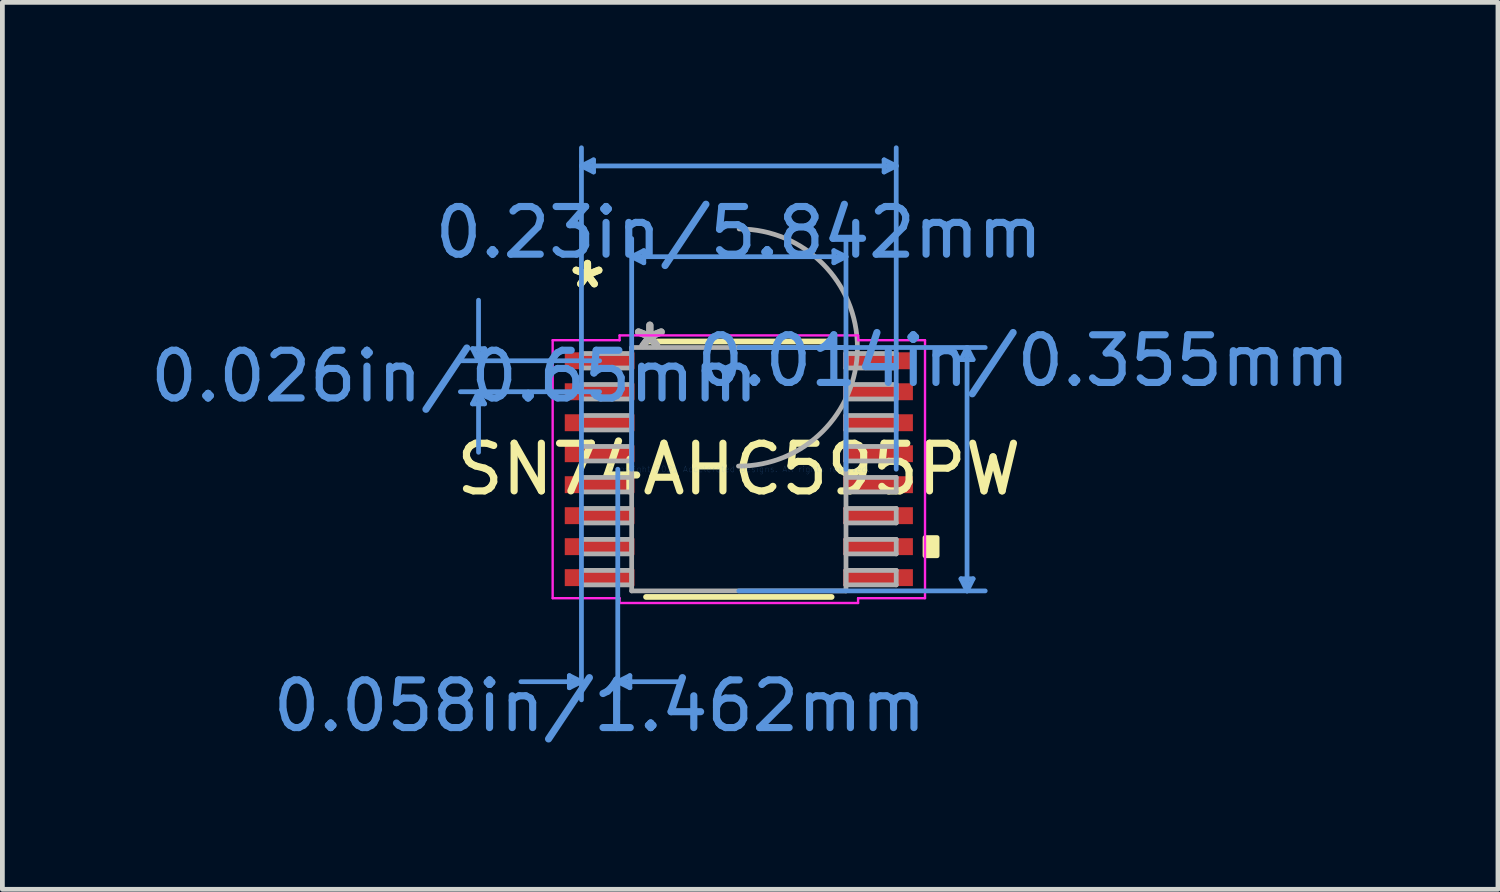
<source format=kicad_pcb>
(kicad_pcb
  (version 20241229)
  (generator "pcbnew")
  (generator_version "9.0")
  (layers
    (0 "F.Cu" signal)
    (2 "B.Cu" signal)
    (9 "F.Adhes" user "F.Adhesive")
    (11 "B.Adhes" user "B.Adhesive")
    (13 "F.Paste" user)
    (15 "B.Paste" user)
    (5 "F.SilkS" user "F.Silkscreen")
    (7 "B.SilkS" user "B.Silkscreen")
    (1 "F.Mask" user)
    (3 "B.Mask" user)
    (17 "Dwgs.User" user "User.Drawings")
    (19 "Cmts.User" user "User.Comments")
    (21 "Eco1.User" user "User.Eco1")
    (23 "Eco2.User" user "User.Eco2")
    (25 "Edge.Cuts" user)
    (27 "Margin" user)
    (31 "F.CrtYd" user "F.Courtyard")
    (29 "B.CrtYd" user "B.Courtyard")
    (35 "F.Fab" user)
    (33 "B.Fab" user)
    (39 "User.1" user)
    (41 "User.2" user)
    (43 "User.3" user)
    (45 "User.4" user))
  (footprint "SN74AHC595PW"
    (layer "F.Cu")
    (at 12.451 6.794)
    (property "Reference" "SN74AHC595PW" (at 0 0 0) (layer "F.SilkS") (effects (font (size 1 1) (thickness 0.15))))
    (attr through_hole)
    (fp_line (start -1.947 2.68) (end 1.947 2.68) (stroke (width 0.12) (type solid)) (layer "F.SilkS"))
    (fp_line (start 1.947 -2.68) (end -1.947 -2.68) (stroke (width 0.12) (type solid)) (layer "F.SilkS"))
    (fp_poly (pts (xy 4.16 1.435) (xy 4.16 1.816) (xy 3.906 1.816) (xy 3.906 1.435)) (stroke (width 0.1) (type solid)) (fill yes) (layer "F.SilkS"))
    (fp_line (start -5.588 -2.529) (end -5.334 -2.529) (stroke (width 0.1) (type solid)) (layer "Cmts.User"))
    (fp_line (start -5.588 -1.371) (end -5.334 -1.371) (stroke (width 0.1) (type solid)) (layer "Cmts.User"))
    (fp_line (start -5.461 -2.275) (end -5.588 -2.529) (stroke (width 0.1) (type solid)) (layer "Cmts.User"))
    (fp_line (start -5.461 -2.275) (end -5.461 -3.545) (stroke (width 0.1) (type solid)) (layer "Cmts.User"))
    (fp_line (start -5.461 -2.275) (end -5.334 -2.529) (stroke (width 0.1) (type solid)) (layer "Cmts.User"))
    (fp_line (start -5.461 -1.625) (end -5.588 -1.371) (stroke (width 0.1) (type solid)) (layer "Cmts.User"))
    (fp_line (start -5.461 -1.625) (end -5.461 -0.355) (stroke (width 0.1) (type solid)) (layer "Cmts.User"))
    (fp_line (start -5.461 -1.625) (end -5.334 -1.371) (stroke (width 0.1) (type solid)) (layer "Cmts.User"))
    (fp_line (start -3.556 4.331) (end -3.556 4.585) (stroke (width 0.1) (type solid)) (layer "Cmts.User"))
    (fp_line (start -3.302 -6.363) (end -3.048 -6.49) (stroke (width 0.1) (type solid)) (layer "Cmts.User"))
    (fp_line (start -3.302 -6.363) (end -3.048 -6.236) (stroke (width 0.1) (type solid)) (layer "Cmts.User"))
    (fp_line (start -3.302 -6.363) (end 3.302 -6.363) (stroke (width 0.1) (type solid)) (layer "Cmts.User"))
    (fp_line (start -3.302 0) (end -3.302 -6.744) (stroke (width 0.1) (type solid)) (layer "Cmts.User"))
    (fp_line (start -3.302 0) (end -3.302 4.839) (stroke (width 0.1) (type solid)) (layer "Cmts.User"))
    (fp_line (start -3.302 4.458) (end -4.572 4.458) (stroke (width 0.1) (type solid)) (layer "Cmts.User"))
    (fp_line (start -3.302 4.458) (end -3.556 4.331) (stroke (width 0.1) (type solid)) (layer "Cmts.User"))
    (fp_line (start -3.302 4.458) (end -3.556 4.585) (stroke (width 0.1) (type solid)) (layer "Cmts.User"))
    (fp_line (start -3.048 -6.49) (end -3.048 -6.236) (stroke (width 0.1) (type solid)) (layer "Cmts.User"))
    (fp_line (start -2.921 -2.275) (end -5.842 -2.275) (stroke (width 0.1) (type solid)) (layer "Cmts.User"))
    (fp_line (start -2.921 -1.625) (end -5.842 -1.625) (stroke (width 0.1) (type solid)) (layer "Cmts.User"))
    (fp_line (start -2.54 0) (end -2.54 4.839) (stroke (width 0.1) (type solid)) (layer "Cmts.User"))
    (fp_line (start -2.54 4.458) (end -2.286 4.331) (stroke (width 0.1) (type solid)) (layer "Cmts.User"))
    (fp_line (start -2.54 4.458) (end -2.286 4.585) (stroke (width 0.1) (type solid)) (layer "Cmts.User"))
    (fp_line (start -2.54 4.458) (end -1.27 4.458) (stroke (width 0.1) (type solid)) (layer "Cmts.User"))
    (fp_line (start -2.286 4.331) (end -2.286 4.585) (stroke (width 0.1) (type solid)) (layer "Cmts.User"))
    (fp_line (start -2.248 -4.458) (end -1.994 -4.585) (stroke (width 0.1) (type solid)) (layer "Cmts.User"))
    (fp_line (start -2.248 -4.458) (end -1.994 -4.331) (stroke (width 0.1) (type solid)) (layer "Cmts.User"))
    (fp_line (start -2.248 -4.458) (end 2.248 -4.458) (stroke (width 0.1) (type solid)) (layer "Cmts.User"))
    (fp_line (start -2.248 0) (end -2.248 -4.839) (stroke (width 0.1) (type solid)) (layer "Cmts.User"))
    (fp_line (start -1.994 -4.585) (end -1.994 -4.331) (stroke (width 0.1) (type solid)) (layer "Cmts.User"))
    (fp_line (start 0 -2.553) (end 5.169 -2.553) (stroke (width 0.1) (type solid)) (layer "Cmts.User"))
    (fp_line (start 0 2.553) (end 5.169 2.553) (stroke (width 0.1) (type solid)) (layer "Cmts.User"))
    (fp_line (start 1.994 -4.585) (end 1.994 -4.331) (stroke (width 0.1) (type solid)) (layer "Cmts.User"))
    (fp_line (start 2.248 -4.458) (end 1.994 -4.585) (stroke (width 0.1) (type solid)) (layer "Cmts.User"))
    (fp_line (start 2.248 -4.458) (end 1.994 -4.331) (stroke (width 0.1) (type solid)) (layer "Cmts.User"))
    (fp_line (start 2.248 0) (end 2.248 -4.839) (stroke (width 0.1) (type solid)) (layer "Cmts.User"))
    (fp_line (start 3.048 -6.49) (end 3.048 -6.236) (stroke (width 0.1) (type solid)) (layer "Cmts.User"))
    (fp_line (start 3.302 -6.363) (end 3.048 -6.49) (stroke (width 0.1) (type solid)) (layer "Cmts.User"))
    (fp_line (start 3.302 -6.363) (end 3.048 -6.236) (stroke (width 0.1) (type solid)) (layer "Cmts.User"))
    (fp_line (start 3.302 0) (end 3.302 -6.744) (stroke (width 0.1) (type solid)) (layer "Cmts.User"))
    (fp_line (start 4.661 -2.299) (end 4.915 -2.299) (stroke (width 0.1) (type solid)) (layer "Cmts.User"))
    (fp_line (start 4.661 2.299) (end 4.915 2.299) (stroke (width 0.1) (type solid)) (layer "Cmts.User"))
    (fp_line (start 4.788 -2.553) (end 4.661 -2.299) (stroke (width 0.1) (type solid)) (layer "Cmts.User"))
    (fp_line (start 4.788 -2.553) (end 4.788 2.553) (stroke (width 0.1) (type solid)) (layer "Cmts.User"))
    (fp_line (start 4.788 -2.553) (end 4.915 -2.299) (stroke (width 0.1) (type solid)) (layer "Cmts.User"))
    (fp_line (start 4.788 2.553) (end 4.661 2.299) (stroke (width 0.1) (type solid)) (layer "Cmts.User"))
    (fp_line (start 4.788 2.553) (end 4.915 2.299) (stroke (width 0.1) (type solid)) (layer "Cmts.User"))
    (fp_line (start -3.906 -2.706) (end -2.502 -2.706) (stroke (width 0.05) (type solid)) (layer "F.CrtYd"))
    (fp_line (start -3.906 2.706) (end -3.906 -2.706) (stroke (width 0.05) (type solid)) (layer "F.CrtYd"))
    (fp_line (start -2.502 -2.807) (end 2.502 -2.807) (stroke (width 0.05) (type solid)) (layer "F.CrtYd"))
    (fp_line (start -2.502 -2.706) (end -2.502 -2.807) (stroke (width 0.05) (type solid)) (layer "F.CrtYd"))
    (fp_line (start -2.502 2.706) (end -3.906 2.706) (stroke (width 0.05) (type solid)) (layer "F.CrtYd"))
    (fp_line (start -2.502 2.807) (end -2.502 2.706) (stroke (width 0.05) (type solid)) (layer "F.CrtYd"))
    (fp_line (start 2.502 -2.807) (end 2.502 -2.706) (stroke (width 0.05) (type solid)) (layer "F.CrtYd"))
    (fp_line (start 2.502 -2.706) (end 3.906 -2.706) (stroke (width 0.05) (type solid)) (layer "F.CrtYd"))
    (fp_line (start 2.502 2.706) (end 2.502 2.807) (stroke (width 0.05) (type solid)) (layer "F.CrtYd"))
    (fp_line (start 2.502 2.807) (end -2.502 2.807) (stroke (width 0.05) (type solid)) (layer "F.CrtYd"))
    (fp_line (start 3.906 -2.706) (end 3.906 2.706) (stroke (width 0.05) (type solid)) (layer "F.CrtYd"))
    (fp_line (start 3.906 2.706) (end 2.502 2.706) (stroke (width 0.05) (type solid)) (layer "F.CrtYd"))
    (fp_line (start -3.302 -2.427) (end -3.302 -2.123) (stroke (width 0.1) (type solid)) (layer "F.Fab"))
    (fp_line (start -3.302 -2.123) (end -2.248 -2.123) (stroke (width 0.1) (type solid)) (layer "F.Fab"))
    (fp_line (start -3.302 -1.777) (end -3.302 -1.473) (stroke (width 0.1) (type solid)) (layer "F.Fab"))
    (fp_line (start -3.302 -1.473) (end -2.248 -1.473) (stroke (width 0.1) (type solid)) (layer "F.Fab"))
    (fp_line (start -3.302 -1.127) (end -3.302 -0.823) (stroke (width 0.1) (type solid)) (layer "F.Fab"))
    (fp_line (start -3.302 -0.823) (end -2.248 -0.823) (stroke (width 0.1) (type solid)) (layer "F.Fab"))
    (fp_line (start -3.302 -0.477) (end -3.302 -0.173) (stroke (width 0.1) (type solid)) (layer "F.Fab"))
    (fp_line (start -3.302 -0.173) (end -2.248 -0.173) (stroke (width 0.1) (type solid)) (layer "F.Fab"))
    (fp_line (start -3.302 0.173) (end -3.302 0.477) (stroke (width 0.1) (type solid)) (layer "F.Fab"))
    (fp_line (start -3.302 0.477) (end -2.248 0.477) (stroke (width 0.1) (type solid)) (layer "F.Fab"))
    (fp_line (start -3.302 0.823) (end -3.302 1.127) (stroke (width 0.1) (type solid)) (layer "F.Fab"))
    (fp_line (start -3.302 1.127) (end -2.248 1.127) (stroke (width 0.1) (type solid)) (layer "F.Fab"))
    (fp_line (start -3.302 1.473) (end -3.302 1.777) (stroke (width 0.1) (type solid)) (layer "F.Fab"))
    (fp_line (start -3.302 1.777) (end -2.248 1.777) (stroke (width 0.1) (type solid)) (layer "F.Fab"))
    (fp_line (start -3.302 2.123) (end -3.302 2.427) (stroke (width 0.1) (type solid)) (layer "F.Fab"))
    (fp_line (start -3.302 2.427) (end -2.248 2.427) (stroke (width 0.1) (type solid)) (layer "F.Fab"))
    (fp_line (start -2.248 -2.553) (end -2.248 2.553) (stroke (width 0.1) (type solid)) (layer "F.Fab"))
    (fp_line (start -2.248 -2.427) (end -3.302 -2.427) (stroke (width 0.1) (type solid)) (layer "F.Fab"))
    (fp_line (start -2.248 -2.123) (end -2.248 -2.427) (stroke (width 0.1) (type solid)) (layer "F.Fab"))
    (fp_line (start -2.248 -1.777) (end -3.302 -1.777) (stroke (width 0.1) (type solid)) (layer "F.Fab"))
    (fp_line (start -2.248 -1.473) (end -2.248 -1.777) (stroke (width 0.1) (type solid)) (layer "F.Fab"))
    (fp_line (start -2.248 -1.127) (end -3.302 -1.127) (stroke (width 0.1) (type solid)) (layer "F.Fab"))
    (fp_line (start -2.248 -0.823) (end -2.248 -1.127) (stroke (width 0.1) (type solid)) (layer "F.Fab"))
    (fp_line (start -2.248 -0.477) (end -3.302 -0.477) (stroke (width 0.1) (type solid)) (layer "F.Fab"))
    (fp_line (start -2.248 -0.173) (end -2.248 -0.477) (stroke (width 0.1) (type solid)) (layer "F.Fab"))
    (fp_line (start -2.248 0.173) (end -3.302 0.173) (stroke (width 0.1) (type solid)) (layer "F.Fab"))
    (fp_line (start -2.248 0.477) (end -2.248 0.173) (stroke (width 0.1) (type solid)) (layer "F.Fab"))
    (fp_line (start -2.248 0.823) (end -3.302 0.823) (stroke (width 0.1) (type solid)) (layer "F.Fab"))
    (fp_line (start -2.248 1.127) (end -2.248 0.823) (stroke (width 0.1) (type solid)) (layer "F.Fab"))
    (fp_line (start -2.248 1.473) (end -3.302 1.473) (stroke (width 0.1) (type solid)) (layer "F.Fab"))
    (fp_line (start -2.248 1.777) (end -2.248 1.473) (stroke (width 0.1) (type solid)) (layer "F.Fab"))
    (fp_line (start -2.248 2.123) (end -3.302 2.123) (stroke (width 0.1) (type solid)) (layer "F.Fab"))
    (fp_line (start -2.248 2.427) (end -2.248 2.123) (stroke (width 0.1) (type solid)) (layer "F.Fab"))
    (fp_line (start -2.248 2.553) (end 2.248 2.553) (stroke (width 0.1) (type solid)) (layer "F.Fab"))
    (fp_line (start 2.248 -2.553) (end -2.248 -2.553) (stroke (width 0.1) (type solid)) (layer "F.Fab"))
    (fp_line (start 2.248 -2.427) (end 2.248 -2.123) (stroke (width 0.1) (type solid)) (layer "F.Fab"))
    (fp_line (start 2.248 -2.123) (end 3.302 -2.123) (stroke (width 0.1) (type solid)) (layer "F.Fab"))
    (fp_line (start 2.248 -1.777) (end 2.248 -1.473) (stroke (width 0.1) (type solid)) (layer "F.Fab"))
    (fp_line (start 2.248 -1.473) (end 3.302 -1.473) (stroke (width 0.1) (type solid)) (layer "F.Fab"))
    (fp_line (start 2.248 -1.127) (end 2.248 -0.823) (stroke (width 0.1) (type solid)) (layer "F.Fab"))
    (fp_line (start 2.248 -0.823) (end 3.302 -0.823) (stroke (width 0.1) (type solid)) (layer "F.Fab"))
    (fp_line (start 2.248 -0.477) (end 2.248 -0.173) (stroke (width 0.1) (type solid)) (layer "F.Fab"))
    (fp_line (start 2.248 -0.173) (end 3.302 -0.173) (stroke (width 0.1) (type solid)) (layer "F.Fab"))
    (fp_line (start 2.248 0.173) (end 2.248 0.477) (stroke (width 0.1) (type solid)) (layer "F.Fab"))
    (fp_line (start 2.248 0.477) (end 3.302 0.477) (stroke (width 0.1) (type solid)) (layer "F.Fab"))
    (fp_line (start 2.248 0.823) (end 2.248 1.127) (stroke (width 0.1) (type solid)) (layer "F.Fab"))
    (fp_line (start 2.248 1.127) (end 3.302 1.127) (stroke (width 0.1) (type solid)) (layer "F.Fab"))
    (fp_line (start 2.248 1.473) (end 2.248 1.777) (stroke (width 0.1) (type solid)) (layer "F.Fab"))
    (fp_line (start 2.248 1.777) (end 3.302 1.777) (stroke (width 0.1) (type solid)) (layer "F.Fab"))
    (fp_line (start 2.248 2.123) (end 2.248 2.427) (stroke (width 0.1) (type solid)) (layer "F.Fab"))
    (fp_line (start 2.248 2.427) (end 3.302 2.427) (stroke (width 0.1) (type solid)) (layer "F.Fab"))
    (fp_line (start 2.248 2.553) (end 2.248 -2.553) (stroke (width 0.1) (type solid)) (layer "F.Fab"))
    (fp_line (start 3.302 -2.427) (end 2.248 -2.427) (stroke (width 0.1) (type solid)) (layer "F.Fab"))
    (fp_line (start 3.302 -2.123) (end 3.302 -2.427) (stroke (width 0.1) (type solid)) (layer "F.Fab"))
    (fp_line (start 3.302 -1.777) (end 2.248 -1.777) (stroke (width 0.1) (type solid)) (layer "F.Fab"))
    (fp_line (start 3.302 -1.473) (end 3.302 -1.777) (stroke (width 0.1) (type solid)) (layer "F.Fab"))
    (fp_line (start 3.302 -1.127) (end 2.248 -1.127) (stroke (width 0.1) (type solid)) (layer "F.Fab"))
    (fp_line (start 3.302 -0.823) (end 3.302 -1.127) (stroke (width 0.1) (type solid)) (layer "F.Fab"))
    (fp_line (start 3.302 -0.477) (end 2.248 -0.477) (stroke (width 0.1) (type solid)) (layer "F.Fab"))
    (fp_line (start 3.302 -0.173) (end 3.302 -0.477) (stroke (width 0.1) (type solid)) (layer "F.Fab"))
    (fp_line (start 3.302 0.173) (end 2.248 0.173) (stroke (width 0.1) (type solid)) (layer "F.Fab"))
    (fp_line (start 3.302 0.477) (end 3.302 0.173) (stroke (width 0.1) (type solid)) (layer "F.Fab"))
    (fp_line (start 3.302 0.823) (end 2.248 0.823) (stroke (width 0.1) (type solid)) (layer "F.Fab"))
    (fp_line (start 3.302 1.127) (end 3.302 0.823) (stroke (width 0.1) (type solid)) (layer "F.Fab"))
    (fp_line (start 3.302 1.473) (end 2.248 1.473) (stroke (width 0.1) (type solid)) (layer "F.Fab"))
    (fp_line (start 3.302 1.777) (end 3.302 1.473) (stroke (width 0.1) (type solid)) (layer "F.Fab"))
    (fp_line (start 3.302 2.123) (end 2.248 2.123) (stroke (width 0.1) (type solid)) (layer "F.Fab"))
    (fp_line (start 3.302 2.427) (end 3.302 2.123) (stroke (width 0.1) (type solid)) (layer "F.Fab"))
    (fp_arc (start 0.007742 -5.040561) (mid 2.487861 -2.544958) (end -0.007742 -0.064839) (stroke (width 0.1) (type solid)) (layer "F.Fab"))
    (fp_text user "*" (at -3.175 -3.773 0) (layer "F.SilkS") (effects (font (size 1 1) (thickness 0.15))))
    (fp_text user "*" (at -3.175 -3.773 0) (layer "F.SilkS") (effects (font (size 1 1) (thickness 0.15))))
    (fp_text user "0.026in/0.65mm" (at -5.969 -1.95 0) (layer "Cmts.User") (effects (font (size 1 1) (thickness 0.15))))
    (fp_text user "0.058in/1.462mm" (at -2.921 4.966 0) (layer "Cmts.User") (effects (font (size 1 1) (thickness 0.15))))
    (fp_text user "0.014in/0.355mm" (at 5.969 -2.275 0) (layer "Cmts.User") (effects (font (size 1 1) (thickness 0.15))))
    (fp_text user "0.23in/5.842mm" (at 0 -4.966 0) (layer "Cmts.User") (effects (font (size 1 1) (thickness 0.15))))
    (fp_text user "Copyright 2021 Accelerated Designs. All rights reserved." (at 0 0 0) (layer "Cmts.User") (effects (font (size 0.127 0.127) (thickness 0.002))))
    (fp_text user "*" (at -1.867 -2.477 0) (layer "F.Fab") (effects (font (size 1 1) (thickness 0.15))))
    (fp_text user "*" (at -1.867 -2.477 0) (layer "F.Fab") (effects (font (size 1 1) (thickness 0.15))))
    (pad "1" smd rect (at -2.921 -2.275) (size 1.462 0.355) (layers "F.Cu" "F.Mask" "F.Paste"))
    (pad "2" smd rect (at -2.921 -1.625) (size 1.462 0.355) (layers "F.Cu" "F.Mask" "F.Paste"))
    (pad "3" smd rect (at -2.921 -0.975) (size 1.462 0.355) (layers "F.Cu" "F.Mask" "F.Paste"))
    (pad "4" smd rect (at -2.921 -0.325) (size 1.462 0.355) (layers "F.Cu" "F.Mask" "F.Paste"))
    (pad "5" smd rect (at -2.921 0.325) (size 1.462 0.355) (layers "F.Cu" "F.Mask" "F.Paste"))
    (pad "6" smd rect (at -2.921 0.975) (size 1.462 0.355) (layers "F.Cu" "F.Mask" "F.Paste"))
    (pad "7" smd rect (at -2.921 1.625) (size 1.462 0.355) (layers "F.Cu" "F.Mask" "F.Paste"))
    (pad "8" smd rect (at -2.921 2.275) (size 1.462 0.355) (layers "F.Cu" "F.Mask" "F.Paste"))
    (pad "9" smd rect (at 2.921 2.275) (size 1.462 0.355) (layers "F.Cu" "F.Mask" "F.Paste"))
    (pad "10" smd rect (at 2.921 1.625) (size 1.462 0.355) (layers "F.Cu" "F.Mask" "F.Paste"))
    (pad "11" smd rect (at 2.921 0.975) (size 1.462 0.355) (layers "F.Cu" "F.Mask" "F.Paste"))
    (pad "12" smd rect (at 2.921 0.325) (size 1.462 0.355) (layers "F.Cu" "F.Mask" "F.Paste"))
    (pad "13" smd rect (at 2.921 -0.325) (size 1.462 0.355) (layers "F.Cu" "F.Mask" "F.Paste"))
    (pad "14" smd rect (at 2.921 -0.975) (size 1.462 0.355) (layers "F.Cu" "F.Mask" "F.Paste"))
    (pad "15" smd rect (at 2.921 -1.625) (size 1.462 0.355) (layers "F.Cu" "F.Mask" "F.Paste"))
    (pad "16" smd rect (at 2.921 -2.275) (size 1.462 0.355) (layers "F.Cu" "F.Mask" "F.Paste")))
  (gr_rect
    (start -3 -3)
    (end 28.378 15.608)
    (stroke (width 0.1) (type default))
    (fill no)
    (layer "Edge.Cuts")))
</source>
